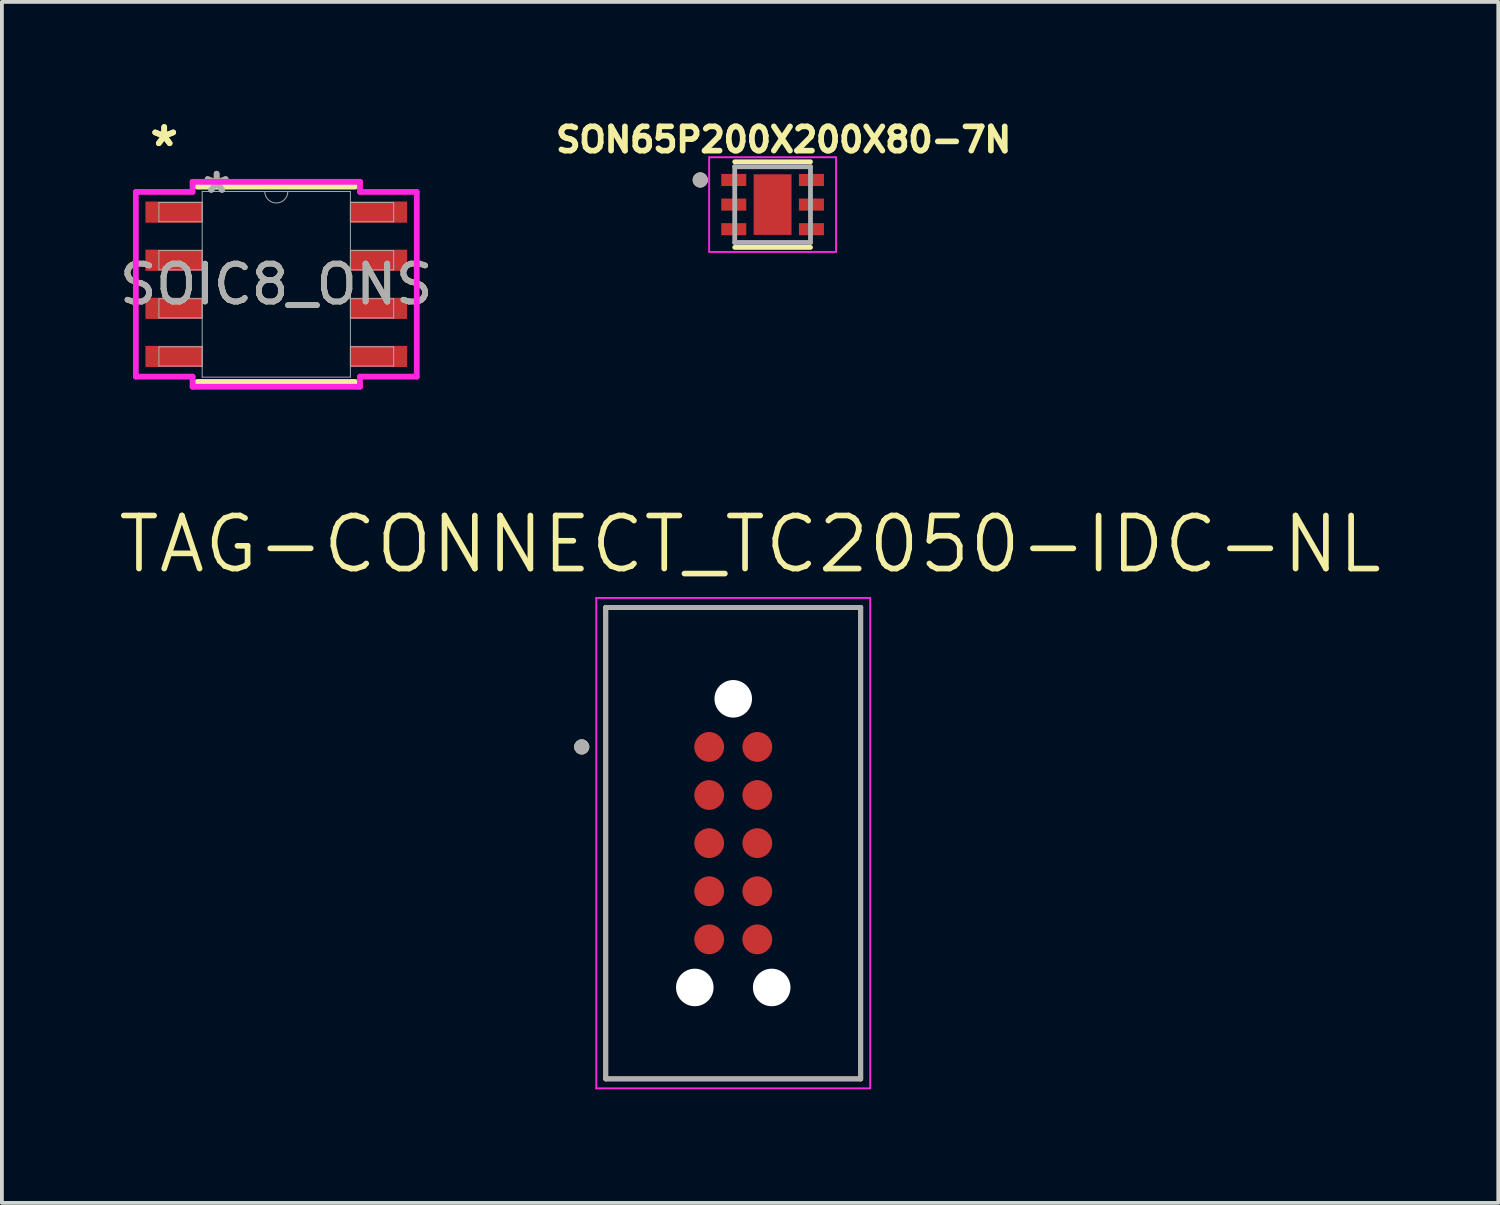
<source format=kicad_pcb>
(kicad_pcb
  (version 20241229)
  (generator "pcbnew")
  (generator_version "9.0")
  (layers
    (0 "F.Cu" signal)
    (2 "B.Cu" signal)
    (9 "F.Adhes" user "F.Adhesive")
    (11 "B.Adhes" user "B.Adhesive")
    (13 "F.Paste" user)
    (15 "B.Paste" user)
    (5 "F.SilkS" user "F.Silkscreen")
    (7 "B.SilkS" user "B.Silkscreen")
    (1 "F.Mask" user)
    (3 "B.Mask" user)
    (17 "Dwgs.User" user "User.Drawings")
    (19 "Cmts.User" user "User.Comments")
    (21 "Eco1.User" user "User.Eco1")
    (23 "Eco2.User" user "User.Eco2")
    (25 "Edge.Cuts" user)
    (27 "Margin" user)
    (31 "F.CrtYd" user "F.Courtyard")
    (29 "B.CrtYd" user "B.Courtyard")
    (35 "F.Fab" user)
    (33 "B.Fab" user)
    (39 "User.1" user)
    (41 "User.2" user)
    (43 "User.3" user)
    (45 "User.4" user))
  (footprint "SON65P200X200X80-7N"
    (layer "F.Cu")
    (at 17.346 2.351)
    (property "Reference" "SON65P200X200X80-7N" (at 0.292 -1.713 0) (layer "F.SilkS") (effects (font (size 0.64 0.64) (thickness 0.15))))
    (attr smd)
    (fp_line (start -1 -1.13) (end 1 -1.13) (stroke (width 0.127) (type solid)) (layer "F.SilkS"))
    (fp_line (start -1 1.13) (end 1 1.13) (stroke (width 0.127) (type solid)) (layer "F.SilkS"))
    (fp_circle (center -1.91 -0.65) (end -1.81 -0.65) (stroke (width 0.2) (type solid)) (fill no) (layer "F.SilkS"))
    (fp_poly (pts (xy -0.316 -0.506) (xy 0.316 -0.506) (xy 0.316 0.506) (xy -0.316 0.506)) (stroke (width 0.01) (type solid)) (fill yes) (layer "F.Paste"))
    (fp_line (start -1.675 -1.25) (end -1.675 1.25) (stroke (width 0.05) (type solid)) (layer "F.CrtYd"))
    (fp_line (start -1.675 -1.25) (end 1.675 -1.25) (stroke (width 0.05) (type solid)) (layer "F.CrtYd"))
    (fp_line (start -1.675 1.25) (end 1.675 1.25) (stroke (width 0.05) (type solid)) (layer "F.CrtYd"))
    (fp_line (start 1.675 -1.25) (end 1.675 1.25) (stroke (width 0.05) (type solid)) (layer "F.CrtYd"))
    (fp_line (start -1 -1) (end -1 1) (stroke (width 0.127) (type solid)) (layer "F.Fab"))
    (fp_line (start -1 -1) (end 1 -1) (stroke (width 0.127) (type solid)) (layer "F.Fab"))
    (fp_line (start -1 1) (end 1 1) (stroke (width 0.127) (type solid)) (layer "F.Fab"))
    (fp_line (start 1 -1) (end 1 1) (stroke (width 0.127) (type solid)) (layer "F.Fab"))
    (fp_circle (center -1.91 -0.65) (end -1.81 -0.65) (stroke (width 0.2) (type solid)) (fill no) (layer "F.Fab"))
    (pad "1" smd rect (at -1.025 -0.65) (size 0.66 0.32) (layers "F.Cu" "F.Mask" "F.Paste"))
    (pad "2" smd rect (at -1.025 0) (size 0.66 0.32) (layers "F.Cu" "F.Mask" "F.Paste"))
    (pad "3" smd rect (at -1.025 0.65) (size 0.66 0.32) (layers "F.Cu" "F.Mask" "F.Paste"))
    (pad "4" smd rect (at 1.025 0.65) (size 0.66 0.32) (layers "F.Cu" "F.Mask" "F.Paste"))
    (pad "5" smd rect (at 1.025 0) (size 0.66 0.32) (layers "F.Cu" "F.Mask" "F.Paste"))
    (pad "6" smd rect (at 1.025 -0.65) (size 0.66 0.32) (layers "F.Cu" "F.Mask" "F.Paste"))
    (pad "7" smd rect (at 0 0 90) (size 1.6 1) (layers "F.Cu" "F.Mask")))
  (footprint "TAG-CONNECT_TC2050-IDC-NL"
    (layer "F.Cu")
    (at 15.672 16.668)
    (property "Reference" "TAG-CONNECT_TC2050-IDC-NL" (at 1.08 -5.349 0) (layer "F.SilkS") (effects (font (size 1.4 1.4) (thickness 0.15))))
    (attr smd)
    (fp_line (start -2.731 -3.683) (end 4 -3.683) (stroke (width 0.127) (type solid)) (layer "F.SilkS"))
    (fp_line (start -2.731 8.763) (end -2.731 -3.683) (stroke (width 0.127) (type solid)) (layer "F.SilkS"))
    (fp_line (start 4 -3.683) (end 4 8.763) (stroke (width 0.127) (type solid)) (layer "F.SilkS"))
    (fp_line (start 4 8.763) (end -2.731 8.763) (stroke (width 0.127) (type solid)) (layer "F.SilkS"))
    (fp_circle (center -3.365 0) (end -3.265 0) (stroke (width 0.2) (type solid)) (fill no) (layer "F.SilkS"))
    (fp_line (start -2.981 -3.933) (end 4.25 -3.933) (stroke (width 0.05) (type solid)) (layer "F.CrtYd"))
    (fp_line (start -2.981 9.013) (end -2.981 -3.933) (stroke (width 0.05) (type solid)) (layer "F.CrtYd"))
    (fp_line (start 4.25 -3.933) (end 4.25 9.013) (stroke (width 0.05) (type solid)) (layer "F.CrtYd"))
    (fp_line (start 4.25 9.013) (end -2.981 9.013) (stroke (width 0.05) (type solid)) (layer "F.CrtYd"))
    (fp_line (start -2.731 -3.683) (end 4 -3.683) (stroke (width 0.127) (type solid)) (layer "F.Fab"))
    (fp_line (start -2.731 8.763) (end -2.731 -3.683) (stroke (width 0.127) (type solid)) (layer "F.Fab"))
    (fp_line (start 4 -3.683) (end 4 8.763) (stroke (width 0.127) (type solid)) (layer "F.Fab"))
    (fp_line (start 4 8.763) (end -2.731 8.763) (stroke (width 0.127) (type solid)) (layer "F.Fab"))
    (fp_circle (center -3.365 0) (end -3.265 0) (stroke (width 0.2) (type solid)) (fill no) (layer "F.Fab"))
    (pad "" np_thru_hole circle (at -0.38 6.35) (size 0.991 0.991) (drill 0.991) (layers "*.Cu" "*.Mask"))
    (pad "" np_thru_hole circle (at 0.635 -1.27) (size 0.991 0.991) (drill 0.991) (layers "*.Cu" "*.Mask"))
    (pad "" np_thru_hole circle (at 1.65 6.35) (size 0.991 0.991) (drill 0.991) (layers "*.Cu" "*.Mask"))
    (pad "1" smd circle (at 0 0) (size 0.787 0.787) (layers "F.Cu" "F.Mask"))
    (pad "2" smd circle (at 0 1.27) (size 0.787 0.787) (layers "F.Cu" "F.Mask"))
    (pad "3" smd circle (at 0 2.54) (size 0.787 0.787) (layers "F.Cu" "F.Mask"))
    (pad "4" smd circle (at 0 3.81) (size 0.787 0.787) (layers "F.Cu" "F.Mask"))
    (pad "5" smd circle (at 0 5.08) (size 0.787 0.787) (layers "F.Cu" "F.Mask"))
    (pad "6" smd circle (at 1.27 5.08) (size 0.787 0.787) (layers "F.Cu" "F.Mask"))
    (pad "7" smd circle (at 1.27 3.81) (size 0.787 0.787) (layers "F.Cu" "F.Mask"))
    (pad "8" smd circle (at 1.27 2.54) (size 0.787 0.787) (layers "F.Cu" "F.Mask"))
    (pad "9" smd circle (at 1.27 1.27) (size 0.787 0.787) (layers "F.Cu" "F.Mask"))
    (pad "10" smd circle (at 1.27 0) (size 0.787 0.787) (layers "F.Cu" "F.Mask"))
    (zone (net_name "") (layer "F.Cu") (hatch full 0.508) (connect_pads) (min_thickness 0.01) (filled_areas_thickness no) (keepout (tracks not_allowed) (vias not_allowed) (pads not_allowed) (copperpour not_allowed) (footprints allowed)) (placement (enabled no)) (fill) (polygon (pts (xy 15.672 16.668) (xy 16.942 16.668) (xy 16.942 21.748) (xy 15.672 21.748))))
    (zone (net_name "") (layers "F.Cu" "B.Cu") (hatch full 0.508) (connect_pads) (min_thickness 0.01) (filled_areas_thickness no) (keepout (tracks allowed) (vias not_allowed) (pads allowed) (copperpour allowed) (footprints allowed)) (placement (enabled no)) (fill) (polygon (pts (xy 15.672 16.668) (xy 16.942 16.668) (xy 16.942 21.748) (xy 15.672 21.748))))
    (zone (net_name "") (layer "B.Cu") (hatch full 0.508) (connect_pads) (min_thickness 0.01) (filled_areas_thickness no) (keepout (tracks not_allowed) (vias not_allowed) (pads not_allowed) (copperpour not_allowed) (footprints allowed)) (placement (enabled no)) (fill) (polygon (pts (xy 15.672 16.668) (xy 16.942 16.668) (xy 16.942 21.748) (xy 15.672 21.748)))))
  (footprint "SOIC8_ONS"
    (layer "F.Cu")
    (at 4.244 4.455)
    (property "Reference" "SOIC8_ONS" (at 0 0 0) (unlocked yes) (layer "F.SilkS") (effects (font (size 1 1) (thickness 0.15))))
    (attr smd)
    (fp_line (start -2.083 2.578) (end 2.083 2.578) (stroke (width 0.152) (type solid)) (layer "F.SilkS"))
    (fp_line (start 2.083 -2.578) (end -2.083 -2.578) (stroke (width 0.152) (type solid)) (layer "F.SilkS"))
    (fp_line (start -3.708 -2.438) (end -2.21 -2.438) (stroke (width 0.152) (type solid)) (layer "F.CrtYd"))
    (fp_line (start -3.708 2.438) (end -3.708 -2.438) (stroke (width 0.152) (type solid)) (layer "F.CrtYd"))
    (fp_line (start -3.708 2.438) (end -2.21 2.438) (stroke (width 0.152) (type solid)) (layer "F.CrtYd"))
    (fp_line (start -2.21 -2.705) (end 2.21 -2.705) (stroke (width 0.152) (type solid)) (layer "F.CrtYd"))
    (fp_line (start -2.21 -2.438) (end -2.21 -2.705) (stroke (width 0.152) (type solid)) (layer "F.CrtYd"))
    (fp_line (start -2.21 2.705) (end -2.21 2.438) (stroke (width 0.152) (type solid)) (layer "F.CrtYd"))
    (fp_line (start 2.21 -2.705) (end 2.21 -2.438) (stroke (width 0.152) (type solid)) (layer "F.CrtYd"))
    (fp_line (start 2.21 2.438) (end 2.21 2.705) (stroke (width 0.152) (type solid)) (layer "F.CrtYd"))
    (fp_line (start 2.21 2.705) (end -2.21 2.705) (stroke (width 0.152) (type solid)) (layer "F.CrtYd"))
    (fp_line (start 3.708 -2.438) (end 2.21 -2.438) (stroke (width 0.152) (type solid)) (layer "F.CrtYd"))
    (fp_line (start 3.708 -2.438) (end 3.708 2.438) (stroke (width 0.152) (type solid)) (layer "F.CrtYd"))
    (fp_line (start 3.708 2.438) (end 2.21 2.438) (stroke (width 0.152) (type solid)) (layer "F.CrtYd"))
    (fp_line (start -3.099 -2.159) (end -3.099 -1.651) (stroke (width 0.025) (type solid)) (layer "F.Fab"))
    (fp_line (start -3.099 -1.651) (end -1.956 -1.651) (stroke (width 0.025) (type solid)) (layer "F.Fab"))
    (fp_line (start -3.099 -0.889) (end -3.099 -0.381) (stroke (width 0.025) (type solid)) (layer "F.Fab"))
    (fp_line (start -3.099 -0.381) (end -1.956 -0.381) (stroke (width 0.025) (type solid)) (layer "F.Fab"))
    (fp_line (start -3.099 0.381) (end -3.099 0.889) (stroke (width 0.025) (type solid)) (layer "F.Fab"))
    (fp_line (start -3.099 0.889) (end -1.956 0.889) (stroke (width 0.025) (type solid)) (layer "F.Fab"))
    (fp_line (start -3.099 1.651) (end -3.099 2.159) (stroke (width 0.025) (type solid)) (layer "F.Fab"))
    (fp_line (start -3.099 2.159) (end -1.956 2.159) (stroke (width 0.025) (type solid)) (layer "F.Fab"))
    (fp_line (start -1.956 -2.451) (end -1.956 2.451) (stroke (width 0.025) (type solid)) (layer "F.Fab"))
    (fp_line (start -1.956 -2.159) (end -3.099 -2.159) (stroke (width 0.025) (type solid)) (layer "F.Fab"))
    (fp_line (start -1.956 -1.651) (end -1.956 -2.159) (stroke (width 0.025) (type solid)) (layer "F.Fab"))
    (fp_line (start -1.956 -0.889) (end -3.099 -0.889) (stroke (width 0.025) (type solid)) (layer "F.Fab"))
    (fp_line (start -1.956 -0.381) (end -1.956 -0.889) (stroke (width 0.025) (type solid)) (layer "F.Fab"))
    (fp_line (start -1.956 0.381) (end -3.099 0.381) (stroke (width 0.025) (type solid)) (layer "F.Fab"))
    (fp_line (start -1.956 0.889) (end -1.956 0.381) (stroke (width 0.025) (type solid)) (layer "F.Fab"))
    (fp_line (start -1.956 1.651) (end -3.099 1.651) (stroke (width 0.025) (type solid)) (layer "F.Fab"))
    (fp_line (start -1.956 2.159) (end -1.956 1.651) (stroke (width 0.025) (type solid)) (layer "F.Fab"))
    (fp_line (start -1.956 2.451) (end 1.956 2.451) (stroke (width 0.025) (type solid)) (layer "F.Fab"))
    (fp_line (start 1.956 -2.451) (end -1.956 -2.451) (stroke (width 0.025) (type solid)) (layer "F.Fab"))
    (fp_line (start 1.956 -2.159) (end 1.956 -1.651) (stroke (width 0.025) (type solid)) (layer "F.Fab"))
    (fp_line (start 1.956 -1.651) (end 3.099 -1.651) (stroke (width 0.025) (type solid)) (layer "F.Fab"))
    (fp_line (start 1.956 -0.889) (end 1.956 -0.381) (stroke (width 0.025) (type solid)) (layer "F.Fab"))
    (fp_line (start 1.956 -0.381) (end 3.099 -0.381) (stroke (width 0.025) (type solid)) (layer "F.Fab"))
    (fp_line (start 1.956 0.381) (end 1.956 0.889) (stroke (width 0.025) (type solid)) (layer "F.Fab"))
    (fp_line (start 1.956 0.889) (end 3.099 0.889) (stroke (width 0.025) (type solid)) (layer "F.Fab"))
    (fp_line (start 1.956 1.651) (end 1.956 2.159) (stroke (width 0.025) (type solid)) (layer "F.Fab"))
    (fp_line (start 1.956 2.159) (end 3.099 2.159) (stroke (width 0.025) (type solid)) (layer "F.Fab"))
    (fp_line (start 1.956 2.451) (end 1.956 -2.451) (stroke (width 0.025) (type solid)) (layer "F.Fab"))
    (fp_line (start 3.099 -2.159) (end 1.956 -2.159) (stroke (width 0.025) (type solid)) (layer "F.Fab"))
    (fp_line (start 3.099 -1.651) (end 3.099 -2.159) (stroke (width 0.025) (type solid)) (layer "F.Fab"))
    (fp_line (start 3.099 -0.889) (end 1.956 -0.889) (stroke (width 0.025) (type solid)) (layer "F.Fab"))
    (fp_line (start 3.099 -0.381) (end 3.099 -0.889) (stroke (width 0.025) (type solid)) (layer "F.Fab"))
    (fp_line (start 3.099 0.381) (end 1.956 0.381) (stroke (width 0.025) (type solid)) (layer "F.Fab"))
    (fp_line (start 3.099 0.889) (end 3.099 0.381) (stroke (width 0.025) (type solid)) (layer "F.Fab"))
    (fp_line (start 3.099 1.651) (end 1.956 1.651) (stroke (width 0.025) (type solid)) (layer "F.Fab"))
    (fp_line (start 3.099 2.159) (end 3.099 1.651) (stroke (width 0.025) (type solid)) (layer "F.Fab"))
    (fp_arc (start 0.3048 -2.4511) (mid 0 -2.1463) (end -0.3048 -2.4511) (stroke (width 0.0254) (type solid)) (layer "F.Fab"))
    (fp_text user "*" (at -2.959 -3.607 0) (layer "F.SilkS") (effects (font (size 1 1) (thickness 0.15))))
    (fp_text user "*" (at -2.959 -3.607 0) (unlocked yes) (layer "F.SilkS") (effects (font (size 1 1) (thickness 0.15))))
    (fp_text user "*" (at -1.575 -2.375 0) (unlocked yes) (layer "F.Fab") (effects (font (size 1 1) (thickness 0.15))))
    (fp_text user "${REFERENCE}" (at 0 0 0) (unlocked yes) (layer "F.Fab") (effects (font (size 1 1) (thickness 0.15))))
    (fp_text user "*" (at -1.575 -2.375 0) (layer "F.Fab") (effects (font (size 1 1) (thickness 0.15))))
    (pad "1" smd rect (at -2.705 -1.905) (size 1.499 0.559) (layers "F.Cu" "F.Mask" "F.Paste"))
    (pad "2" smd rect (at -2.705 -0.635) (size 1.499 0.559) (layers "F.Cu" "F.Mask" "F.Paste"))
    (pad "3" smd rect (at -2.705 0.635) (size 1.499 0.559) (layers "F.Cu" "F.Mask" "F.Paste"))
    (pad "4" smd rect (at -2.705 1.905) (size 1.499 0.559) (layers "F.Cu" "F.Mask" "F.Paste"))
    (pad "5" smd rect (at 2.705 1.905) (size 1.499 0.559) (layers "F.Cu" "F.Mask" "F.Paste"))
    (pad "6" smd rect (at 2.705 0.635) (size 1.499 0.559) (layers "F.Cu" "F.Mask" "F.Paste"))
    (pad "7" smd rect (at 2.705 -0.635) (size 1.499 0.559) (layers "F.Cu" "F.Mask" "F.Paste"))
    (pad "8" smd rect (at 2.705 -1.905) (size 1.499 0.559) (layers "F.Cu" "F.Mask" "F.Paste")))
  (gr_rect
    (start -3 -3)
    (end 36.503 28.706)
    (stroke (width 0.1) (type default))
    (fill no)
    (layer "Edge.Cuts")))
</source>
